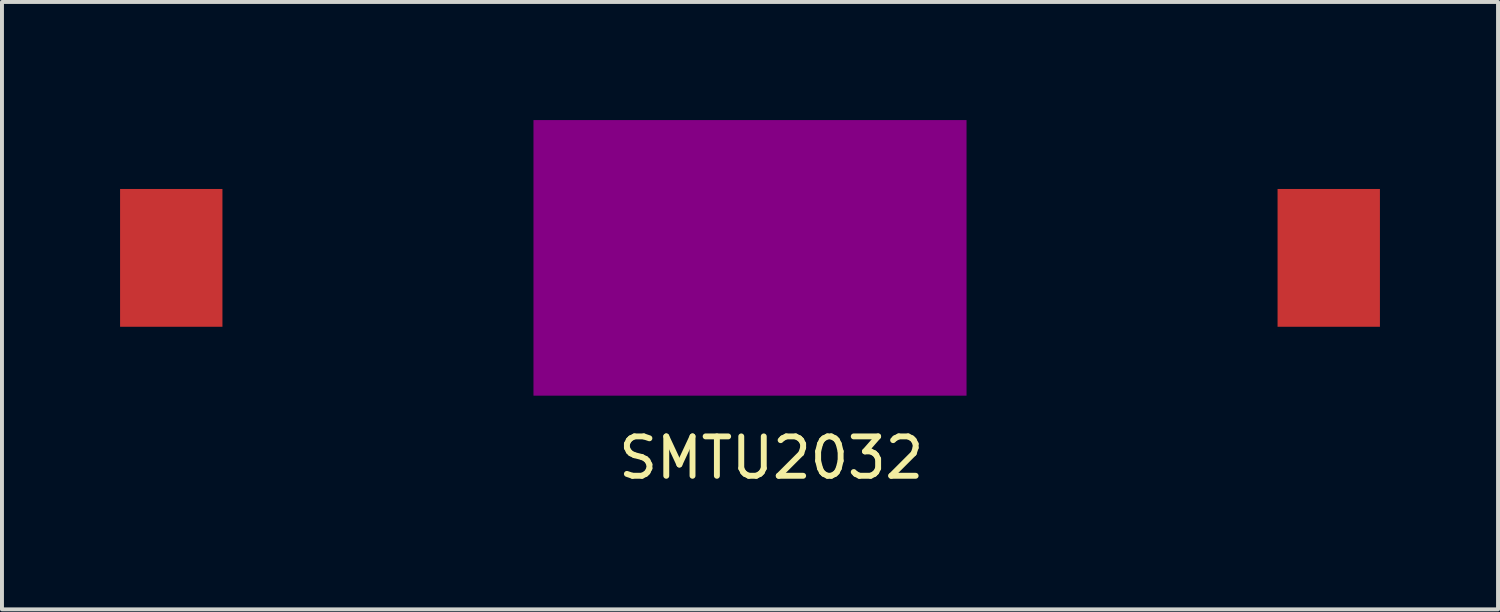
<source format=kicad_pcb>
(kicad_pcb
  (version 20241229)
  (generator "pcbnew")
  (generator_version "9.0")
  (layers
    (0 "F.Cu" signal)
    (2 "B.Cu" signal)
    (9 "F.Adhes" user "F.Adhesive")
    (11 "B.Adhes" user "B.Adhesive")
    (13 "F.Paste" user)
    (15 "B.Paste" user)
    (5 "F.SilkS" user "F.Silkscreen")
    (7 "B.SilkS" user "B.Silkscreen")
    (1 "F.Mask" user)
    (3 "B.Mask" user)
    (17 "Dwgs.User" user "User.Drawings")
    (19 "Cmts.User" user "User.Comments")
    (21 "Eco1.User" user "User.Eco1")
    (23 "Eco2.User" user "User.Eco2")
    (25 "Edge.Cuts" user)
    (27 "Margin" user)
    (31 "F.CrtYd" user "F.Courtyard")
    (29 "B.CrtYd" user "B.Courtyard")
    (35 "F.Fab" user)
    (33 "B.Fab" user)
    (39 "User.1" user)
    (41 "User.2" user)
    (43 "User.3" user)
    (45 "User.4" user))
  (footprint "SMTU2032"
    (layer "F.Cu")
    (at 1.3 3.5)
    (property "Reference" "SMTU2032" (at 15.24 5.08 0) (layer "F.SilkS") (effects (font (size 1 1) (thickness 0.15))))
    (attr through_hole)
    (pad "" smd rect (at 14.7 0) (size 11 7) (layers "F.Mask" "F.Adhes" "F.Paste"))
    (pad "1" smd rect (at 0 0) (size 2.6 3.5) (layers "F.Cu" "F.Mask" "F.Paste"))
    (pad "2" smd rect (at 29.4 0) (size 2.6 3.5) (layers "F.Cu" "F.Mask" "F.Paste")))
  (gr_rect
    (start -3 -3)
    (end 35 12.428)
    (stroke (width 0.1) (type default))
    (fill no)
    (layer "Edge.Cuts")))
</source>
